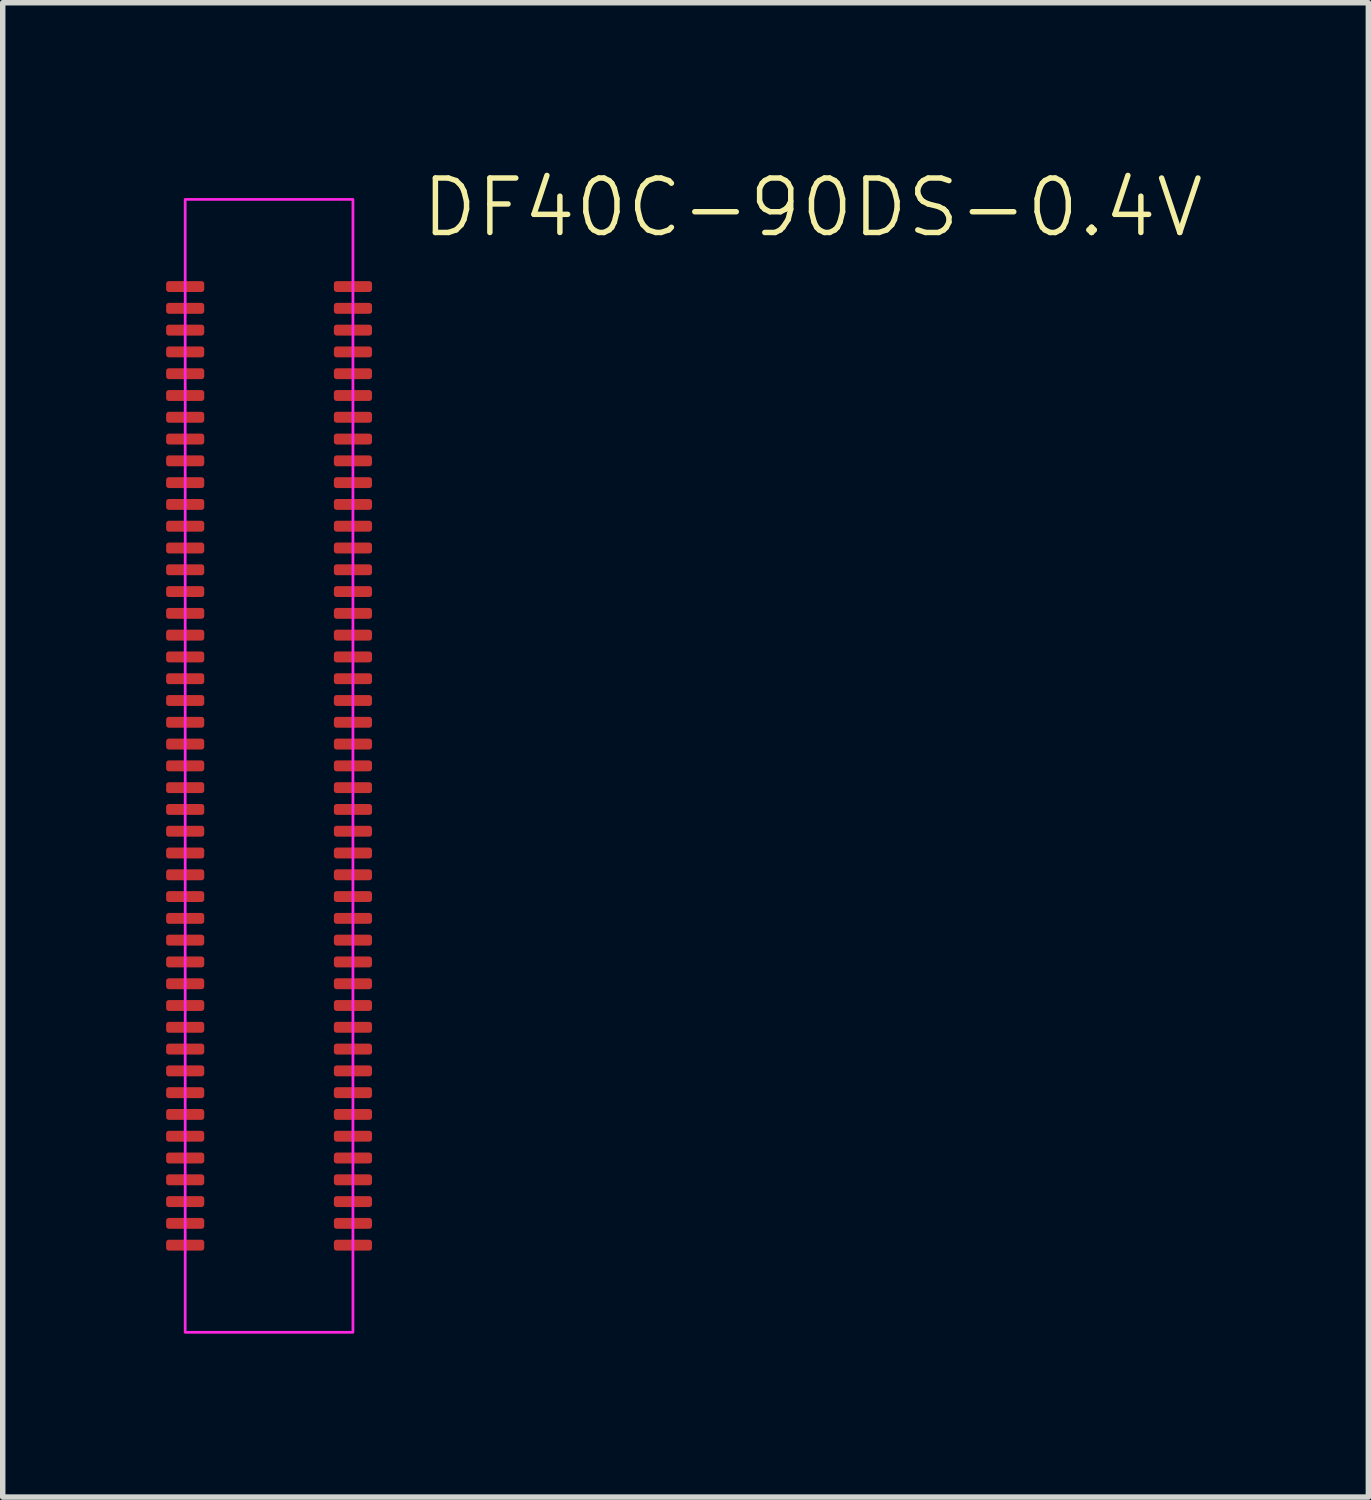
<source format=kicad_pcb>
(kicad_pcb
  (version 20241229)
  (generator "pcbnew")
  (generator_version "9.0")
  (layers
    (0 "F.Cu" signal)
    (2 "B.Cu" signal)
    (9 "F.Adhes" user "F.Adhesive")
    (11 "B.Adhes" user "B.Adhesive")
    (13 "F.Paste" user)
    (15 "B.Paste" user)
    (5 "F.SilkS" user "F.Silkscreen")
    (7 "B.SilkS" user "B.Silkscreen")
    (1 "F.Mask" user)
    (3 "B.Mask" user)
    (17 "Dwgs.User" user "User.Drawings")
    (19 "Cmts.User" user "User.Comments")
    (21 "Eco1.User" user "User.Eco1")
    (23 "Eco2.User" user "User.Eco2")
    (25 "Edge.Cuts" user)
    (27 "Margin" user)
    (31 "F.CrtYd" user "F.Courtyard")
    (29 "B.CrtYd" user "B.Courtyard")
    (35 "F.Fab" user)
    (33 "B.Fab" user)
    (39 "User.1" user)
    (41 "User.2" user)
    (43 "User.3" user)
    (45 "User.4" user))
  (footprint "DF40C-90DS-0.4V"
    (layer "F.Cu")
    (at 1.89 11.011)
    (property "Reference" "DF40C-90DS-0.4V" (at 2.75 -10.25 0) (unlocked yes) (layer "F.SilkS") (effects (font (size 1 1) (thickness 0.1)) (justify left)))
    (attr smd)
    (fp_rect (start -1.54 -10.4) (end 1.54 10.4) (stroke (width 0.05) (type default)) (fill no) (layer "F.CrtYd"))
    (pad "1" smd roundrect (at 1.54 -8.8 90) (size 0.2 0.7) (layers "F.Cu" "F.Mask" "F.Paste") (roundrect_rratio 0.25))
    (pad "2" smd roundrect (at 1.54 -8.4 90) (size 0.2 0.7) (layers "F.Cu" "F.Mask" "F.Paste") (roundrect_rratio 0.25))
    (pad "3" smd roundrect (at 1.54 -8 90) (size 0.2 0.7) (layers "F.Cu" "F.Mask" "F.Paste") (roundrect_rratio 0.25))
    (pad "4" smd roundrect (at 1.54 -7.6 90) (size 0.2 0.7) (layers "F.Cu" "F.Mask" "F.Paste") (roundrect_rratio 0.25))
    (pad "5" smd roundrect (at 1.54 -7.2 90) (size 0.2 0.7) (layers "F.Cu" "F.Mask" "F.Paste") (roundrect_rratio 0.25))
    (pad "6" smd roundrect (at 1.54 -6.8 90) (size 0.2 0.7) (layers "F.Cu" "F.Mask" "F.Paste") (roundrect_rratio 0.25))
    (pad "7" smd roundrect (at 1.54 -6.4 90) (size 0.2 0.7) (layers "F.Cu" "F.Mask" "F.Paste") (roundrect_rratio 0.25))
    (pad "8" smd roundrect (at 1.54 -6 90) (size 0.2 0.7) (layers "F.Cu" "F.Mask" "F.Paste") (roundrect_rratio 0.25))
    (pad "9" smd roundrect (at 1.54 -5.6 90) (size 0.2 0.7) (layers "F.Cu" "F.Mask" "F.Paste") (roundrect_rratio 0.25))
    (pad "10" smd roundrect (at 1.54 -5.2 90) (size 0.2 0.7) (layers "F.Cu" "F.Mask" "F.Paste") (roundrect_rratio 0.25))
    (pad "11" smd roundrect (at 1.54 -4.8 90) (size 0.2 0.7) (layers "F.Cu" "F.Mask" "F.Paste") (roundrect_rratio 0.25))
    (pad "12" smd roundrect (at 1.54 -4.4 90) (size 0.2 0.7) (layers "F.Cu" "F.Mask" "F.Paste") (roundrect_rratio 0.25))
    (pad "13" smd roundrect (at 1.54 -4 90) (size 0.2 0.7) (layers "F.Cu" "F.Mask" "F.Paste") (roundrect_rratio 0.25))
    (pad "14" smd roundrect (at 1.54 -3.6 90) (size 0.2 0.7) (layers "F.Cu" "F.Mask" "F.Paste") (roundrect_rratio 0.25))
    (pad "15" smd roundrect (at 1.54 -3.2 90) (size 0.2 0.7) (layers "F.Cu" "F.Mask" "F.Paste") (roundrect_rratio 0.25))
    (pad "16" smd roundrect (at 1.54 -2.8 90) (size 0.2 0.7) (layers "F.Cu" "F.Mask" "F.Paste") (roundrect_rratio 0.25))
    (pad "17" smd roundrect (at 1.54 -2.4 90) (size 0.2 0.7) (layers "F.Cu" "F.Mask" "F.Paste") (roundrect_rratio 0.25))
    (pad "18" smd roundrect (at 1.54 -2 90) (size 0.2 0.7) (layers "F.Cu" "F.Mask" "F.Paste") (roundrect_rratio 0.25))
    (pad "19" smd roundrect (at 1.54 -1.6 90) (size 0.2 0.7) (layers "F.Cu" "F.Mask" "F.Paste") (roundrect_rratio 0.25))
    (pad "20" smd roundrect (at 1.54 -1.2 90) (size 0.2 0.7) (layers "F.Cu" "F.Mask" "F.Paste") (roundrect_rratio 0.25))
    (pad "21" smd roundrect (at 1.54 -0.8 90) (size 0.2 0.7) (layers "F.Cu" "F.Mask" "F.Paste") (roundrect_rratio 0.25))
    (pad "22" smd roundrect (at 1.54 -0.4 90) (size 0.2 0.7) (layers "F.Cu" "F.Mask" "F.Paste") (roundrect_rratio 0.25))
    (pad "23" smd roundrect (at 1.54 0 90) (size 0.2 0.7) (layers "F.Cu" "F.Mask" "F.Paste") (roundrect_rratio 0.25))
    (pad "24" smd roundrect (at 1.54 0.4 90) (size 0.2 0.7) (layers "F.Cu" "F.Mask" "F.Paste") (roundrect_rratio 0.25))
    (pad "25" smd roundrect (at 1.54 0.8 90) (size 0.2 0.7) (layers "F.Cu" "F.Mask" "F.Paste") (roundrect_rratio 0.25))
    (pad "26" smd roundrect (at 1.54 1.2 90) (size 0.2 0.7) (layers "F.Cu" "F.Mask" "F.Paste") (roundrect_rratio 0.25))
    (pad "27" smd roundrect (at 1.54 1.6 90) (size 0.2 0.7) (layers "F.Cu" "F.Mask" "F.Paste") (roundrect_rratio 0.25))
    (pad "28" smd roundrect (at 1.54 2 90) (size 0.2 0.7) (layers "F.Cu" "F.Mask" "F.Paste") (roundrect_rratio 0.25))
    (pad "29" smd roundrect (at 1.54 2.4 90) (size 0.2 0.7) (layers "F.Cu" "F.Mask" "F.Paste") (roundrect_rratio 0.25))
    (pad "30" smd roundrect (at 1.54 2.8 90) (size 0.2 0.7) (layers "F.Cu" "F.Mask" "F.Paste") (roundrect_rratio 0.25))
    (pad "31" smd roundrect (at 1.54 3.2 90) (size 0.2 0.7) (layers "F.Cu" "F.Mask" "F.Paste") (roundrect_rratio 0.25))
    (pad "32" smd roundrect (at 1.54 3.6 90) (size 0.2 0.7) (layers "F.Cu" "F.Mask" "F.Paste") (roundrect_rratio 0.25))
    (pad "33" smd roundrect (at 1.54 4 90) (size 0.2 0.7) (layers "F.Cu" "F.Mask" "F.Paste") (roundrect_rratio 0.25))
    (pad "34" smd roundrect (at 1.54 4.4 90) (size 0.2 0.7) (layers "F.Cu" "F.Mask" "F.Paste") (roundrect_rratio 0.25))
    (pad "35" smd roundrect (at 1.54 4.8 90) (size 0.2 0.7) (layers "F.Cu" "F.Mask" "F.Paste") (roundrect_rratio 0.25))
    (pad "36" smd roundrect (at 1.54 5.2 90) (size 0.2 0.7) (layers "F.Cu" "F.Mask" "F.Paste") (roundrect_rratio 0.25))
    (pad "37" smd roundrect (at 1.54 5.6 90) (size 0.2 0.7) (layers "F.Cu" "F.Mask" "F.Paste") (roundrect_rratio 0.25))
    (pad "38" smd roundrect (at 1.54 6 90) (size 0.2 0.7) (layers "F.Cu" "F.Mask" "F.Paste") (roundrect_rratio 0.25))
    (pad "39" smd roundrect (at 1.54 6.4 90) (size 0.2 0.7) (layers "F.Cu" "F.Mask" "F.Paste") (roundrect_rratio 0.25))
    (pad "40" smd roundrect (at 1.54 6.8 90) (size 0.2 0.7) (layers "F.Cu" "F.Mask" "F.Paste") (roundrect_rratio 0.25))
    (pad "41" smd roundrect (at 1.54 7.2 90) (size 0.2 0.7) (layers "F.Cu" "F.Mask" "F.Paste") (roundrect_rratio 0.25))
    (pad "42" smd roundrect (at 1.54 7.6 90) (size 0.2 0.7) (layers "F.Cu" "F.Mask" "F.Paste") (roundrect_rratio 0.25))
    (pad "43" smd roundrect (at 1.54 8 90) (size 0.2 0.7) (layers "F.Cu" "F.Mask" "F.Paste") (roundrect_rratio 0.25))
    (pad "44" smd roundrect (at 1.54 8.4 90) (size 0.2 0.7) (layers "F.Cu" "F.Mask" "F.Paste") (roundrect_rratio 0.25))
    (pad "45" smd roundrect (at 1.54 8.8 90) (size 0.2 0.7) (layers "F.Cu" "F.Mask" "F.Paste") (roundrect_rratio 0.25))
    (pad "46" smd roundrect (at -1.54 8.8 90) (size 0.2 0.7) (layers "F.Cu" "F.Mask" "F.Paste") (roundrect_rratio 0.25))
    (pad "47" smd roundrect (at -1.54 8.4 90) (size 0.2 0.7) (layers "F.Cu" "F.Mask" "F.Paste") (roundrect_rratio 0.25))
    (pad "48" smd roundrect (at -1.54 8 90) (size 0.2 0.7) (layers "F.Cu" "F.Mask" "F.Paste") (roundrect_rratio 0.25))
    (pad "49" smd roundrect (at -1.54 7.6 90) (size 0.2 0.7) (layers "F.Cu" "F.Mask" "F.Paste") (roundrect_rratio 0.25))
    (pad "50" smd roundrect (at -1.54 7.2 90) (size 0.2 0.7) (layers "F.Cu" "F.Mask" "F.Paste") (roundrect_rratio 0.25))
    (pad "51" smd roundrect (at -1.54 6.8 90) (size 0.2 0.7) (layers "F.Cu" "F.Mask" "F.Paste") (roundrect_rratio 0.25))
    (pad "52" smd roundrect (at -1.54 6.4 90) (size 0.2 0.7) (layers "F.Cu" "F.Mask" "F.Paste") (roundrect_rratio 0.25))
    (pad "53" smd roundrect (at -1.54 6 90) (size 0.2 0.7) (layers "F.Cu" "F.Mask" "F.Paste") (roundrect_rratio 0.25))
    (pad "54" smd roundrect (at -1.54 5.6 90) (size 0.2 0.7) (layers "F.Cu" "F.Mask" "F.Paste") (roundrect_rratio 0.25))
    (pad "55" smd roundrect (at -1.54 5.2 90) (size 0.2 0.7) (layers "F.Cu" "F.Mask" "F.Paste") (roundrect_rratio 0.25))
    (pad "56" smd roundrect (at -1.54 4.8 90) (size 0.2 0.7) (layers "F.Cu" "F.Mask" "F.Paste") (roundrect_rratio 0.25))
    (pad "57" smd roundrect (at -1.54 4.4 90) (size 0.2 0.7) (layers "F.Cu" "F.Mask" "F.Paste") (roundrect_rratio 0.25))
    (pad "58" smd roundrect (at -1.54 4 90) (size 0.2 0.7) (layers "F.Cu" "F.Mask" "F.Paste") (roundrect_rratio 0.25))
    (pad "59" smd roundrect (at -1.54 3.6 90) (size 0.2 0.7) (layers "F.Cu" "F.Mask" "F.Paste") (roundrect_rratio 0.25))
    (pad "60" smd roundrect (at -1.54 3.2 90) (size 0.2 0.7) (layers "F.Cu" "F.Mask" "F.Paste") (roundrect_rratio 0.25))
    (pad "61" smd roundrect (at -1.54 2.8 90) (size 0.2 0.7) (layers "F.Cu" "F.Mask" "F.Paste") (roundrect_rratio 0.25))
    (pad "62" smd roundrect (at -1.54 2.4 90) (size 0.2 0.7) (layers "F.Cu" "F.Mask" "F.Paste") (roundrect_rratio 0.25))
    (pad "63" smd roundrect (at -1.54 2 90) (size 0.2 0.7) (layers "F.Cu" "F.Mask" "F.Paste") (roundrect_rratio 0.25))
    (pad "64" smd roundrect (at -1.54 1.6 90) (size 0.2 0.7) (layers "F.Cu" "F.Mask" "F.Paste") (roundrect_rratio 0.25))
    (pad "65" smd roundrect (at -1.54 1.2 90) (size 0.2 0.7) (layers "F.Cu" "F.Mask" "F.Paste") (roundrect_rratio 0.25))
    (pad "66" smd roundrect (at -1.54 0.8 90) (size 0.2 0.7) (layers "F.Cu" "F.Mask" "F.Paste") (roundrect_rratio 0.25))
    (pad "67" smd roundrect (at -1.54 0.4 90) (size 0.2 0.7) (layers "F.Cu" "F.Mask" "F.Paste") (roundrect_rratio 0.25))
    (pad "68" smd roundrect (at -1.54 0 90) (size 0.2 0.7) (layers "F.Cu" "F.Mask" "F.Paste") (roundrect_rratio 0.25))
    (pad "69" smd roundrect (at -1.54 -0.4 90) (size 0.2 0.7) (layers "F.Cu" "F.Mask" "F.Paste") (roundrect_rratio 0.25))
    (pad "70" smd roundrect (at -1.54 -0.8 90) (size 0.2 0.7) (layers "F.Cu" "F.Mask" "F.Paste") (roundrect_rratio 0.25))
    (pad "71" smd roundrect (at -1.54 -1.2 90) (size 0.2 0.7) (layers "F.Cu" "F.Mask" "F.Paste") (roundrect_rratio 0.25))
    (pad "72" smd roundrect (at -1.54 -1.6 90) (size 0.2 0.7) (layers "F.Cu" "F.Mask" "F.Paste") (roundrect_rratio 0.25))
    (pad "73" smd roundrect (at -1.54 -2 90) (size 0.2 0.7) (layers "F.Cu" "F.Mask" "F.Paste") (roundrect_rratio 0.25))
    (pad "74" smd roundrect (at -1.54 -2.4 90) (size 0.2 0.7) (layers "F.Cu" "F.Mask" "F.Paste") (roundrect_rratio 0.25))
    (pad "75" smd roundrect (at -1.54 -2.8 90) (size 0.2 0.7) (layers "F.Cu" "F.Mask" "F.Paste") (roundrect_rratio 0.25))
    (pad "76" smd roundrect (at -1.54 -3.2 90) (size 0.2 0.7) (layers "F.Cu" "F.Mask" "F.Paste") (roundrect_rratio 0.25))
    (pad "77" smd roundrect (at -1.54 -3.6 90) (size 0.2 0.7) (layers "F.Cu" "F.Mask" "F.Paste") (roundrect_rratio 0.25))
    (pad "78" smd roundrect (at -1.54 -4 90) (size 0.2 0.7) (layers "F.Cu" "F.Mask" "F.Paste") (roundrect_rratio 0.25))
    (pad "79" smd roundrect (at -1.54 -4.4 90) (size 0.2 0.7) (layers "F.Cu" "F.Mask" "F.Paste") (roundrect_rratio 0.25))
    (pad "80" smd roundrect (at -1.54 -4.8 90) (size 0.2 0.7) (layers "F.Cu" "F.Mask" "F.Paste") (roundrect_rratio 0.25))
    (pad "81" smd roundrect (at -1.54 -5.2 90) (size 0.2 0.7) (layers "F.Cu" "F.Mask" "F.Paste") (roundrect_rratio 0.25))
    (pad "82" smd roundrect (at -1.54 -5.6 90) (size 0.2 0.7) (layers "F.Cu" "F.Mask" "F.Paste") (roundrect_rratio 0.25))
    (pad "83" smd roundrect (at -1.54 -6 90) (size 0.2 0.7) (layers "F.Cu" "F.Mask" "F.Paste") (roundrect_rratio 0.25))
    (pad "84" smd roundrect (at -1.54 -6.4 90) (size 0.2 0.7) (layers "F.Cu" "F.Mask" "F.Paste") (roundrect_rratio 0.25))
    (pad "85" smd roundrect (at -1.54 -6.8 90) (size 0.2 0.7) (layers "F.Cu" "F.Mask" "F.Paste") (roundrect_rratio 0.25))
    (pad "86" smd roundrect (at -1.54 -7.2 90) (size 0.2 0.7) (layers "F.Cu" "F.Mask" "F.Paste") (roundrect_rratio 0.25))
    (pad "87" smd roundrect (at -1.54 -7.6 90) (size 0.2 0.7) (layers "F.Cu" "F.Mask" "F.Paste") (roundrect_rratio 0.25))
    (pad "88" smd roundrect (at -1.54 -8 90) (size 0.2 0.7) (layers "F.Cu" "F.Mask" "F.Paste") (roundrect_rratio 0.25))
    (pad "89" smd roundrect (at -1.54 -8.4 90) (size 0.2 0.7) (layers "F.Cu" "F.Mask" "F.Paste") (roundrect_rratio 0.25))
    (pad "90" smd roundrect (at -1.54 -8.8 90) (size 0.2 0.7) (layers "F.Cu" "F.Mask" "F.Paste") (roundrect_rratio 0.25))
    (zone (net_name "") (layer "F.Mask") (name "mask_keepout") (hatch edge 0.5) (connect_pads) (min_thickness 0.25) (filled_areas_thickness no) (keepout (tracks not_allowed) (vias not_allowed) (pads not_allowed) (copperpour not_allowed) (footprints allowed)) (placement (enabled no)) (fill) (polygon (pts (xy 1.14 19.91) (xy 0.7 19.91) (xy 0.7 2.111) (xy 1.14 2.111))))
    (zone (net_name "") (layer "F.Mask") (name "mask_keepout") (hatch edge 0.5) (connect_pads) (min_thickness 0.25) (filled_areas_thickness no) (keepout (tracks not_allowed) (vias not_allowed) (pads not_allowed) (copperpour not_allowed) (footprints allowed)) (placement (enabled no)) (fill) (polygon (pts (xy 2.64 19.91) (xy 3.08 19.91) (xy 3.08 2.111) (xy 2.64 2.111)))))
  (gr_rect
    (start -3 -3)
    (end 22.073 24.436)
    (stroke (width 0.1) (type default))
    (fill no)
    (layer "Edge.Cuts")))
</source>
